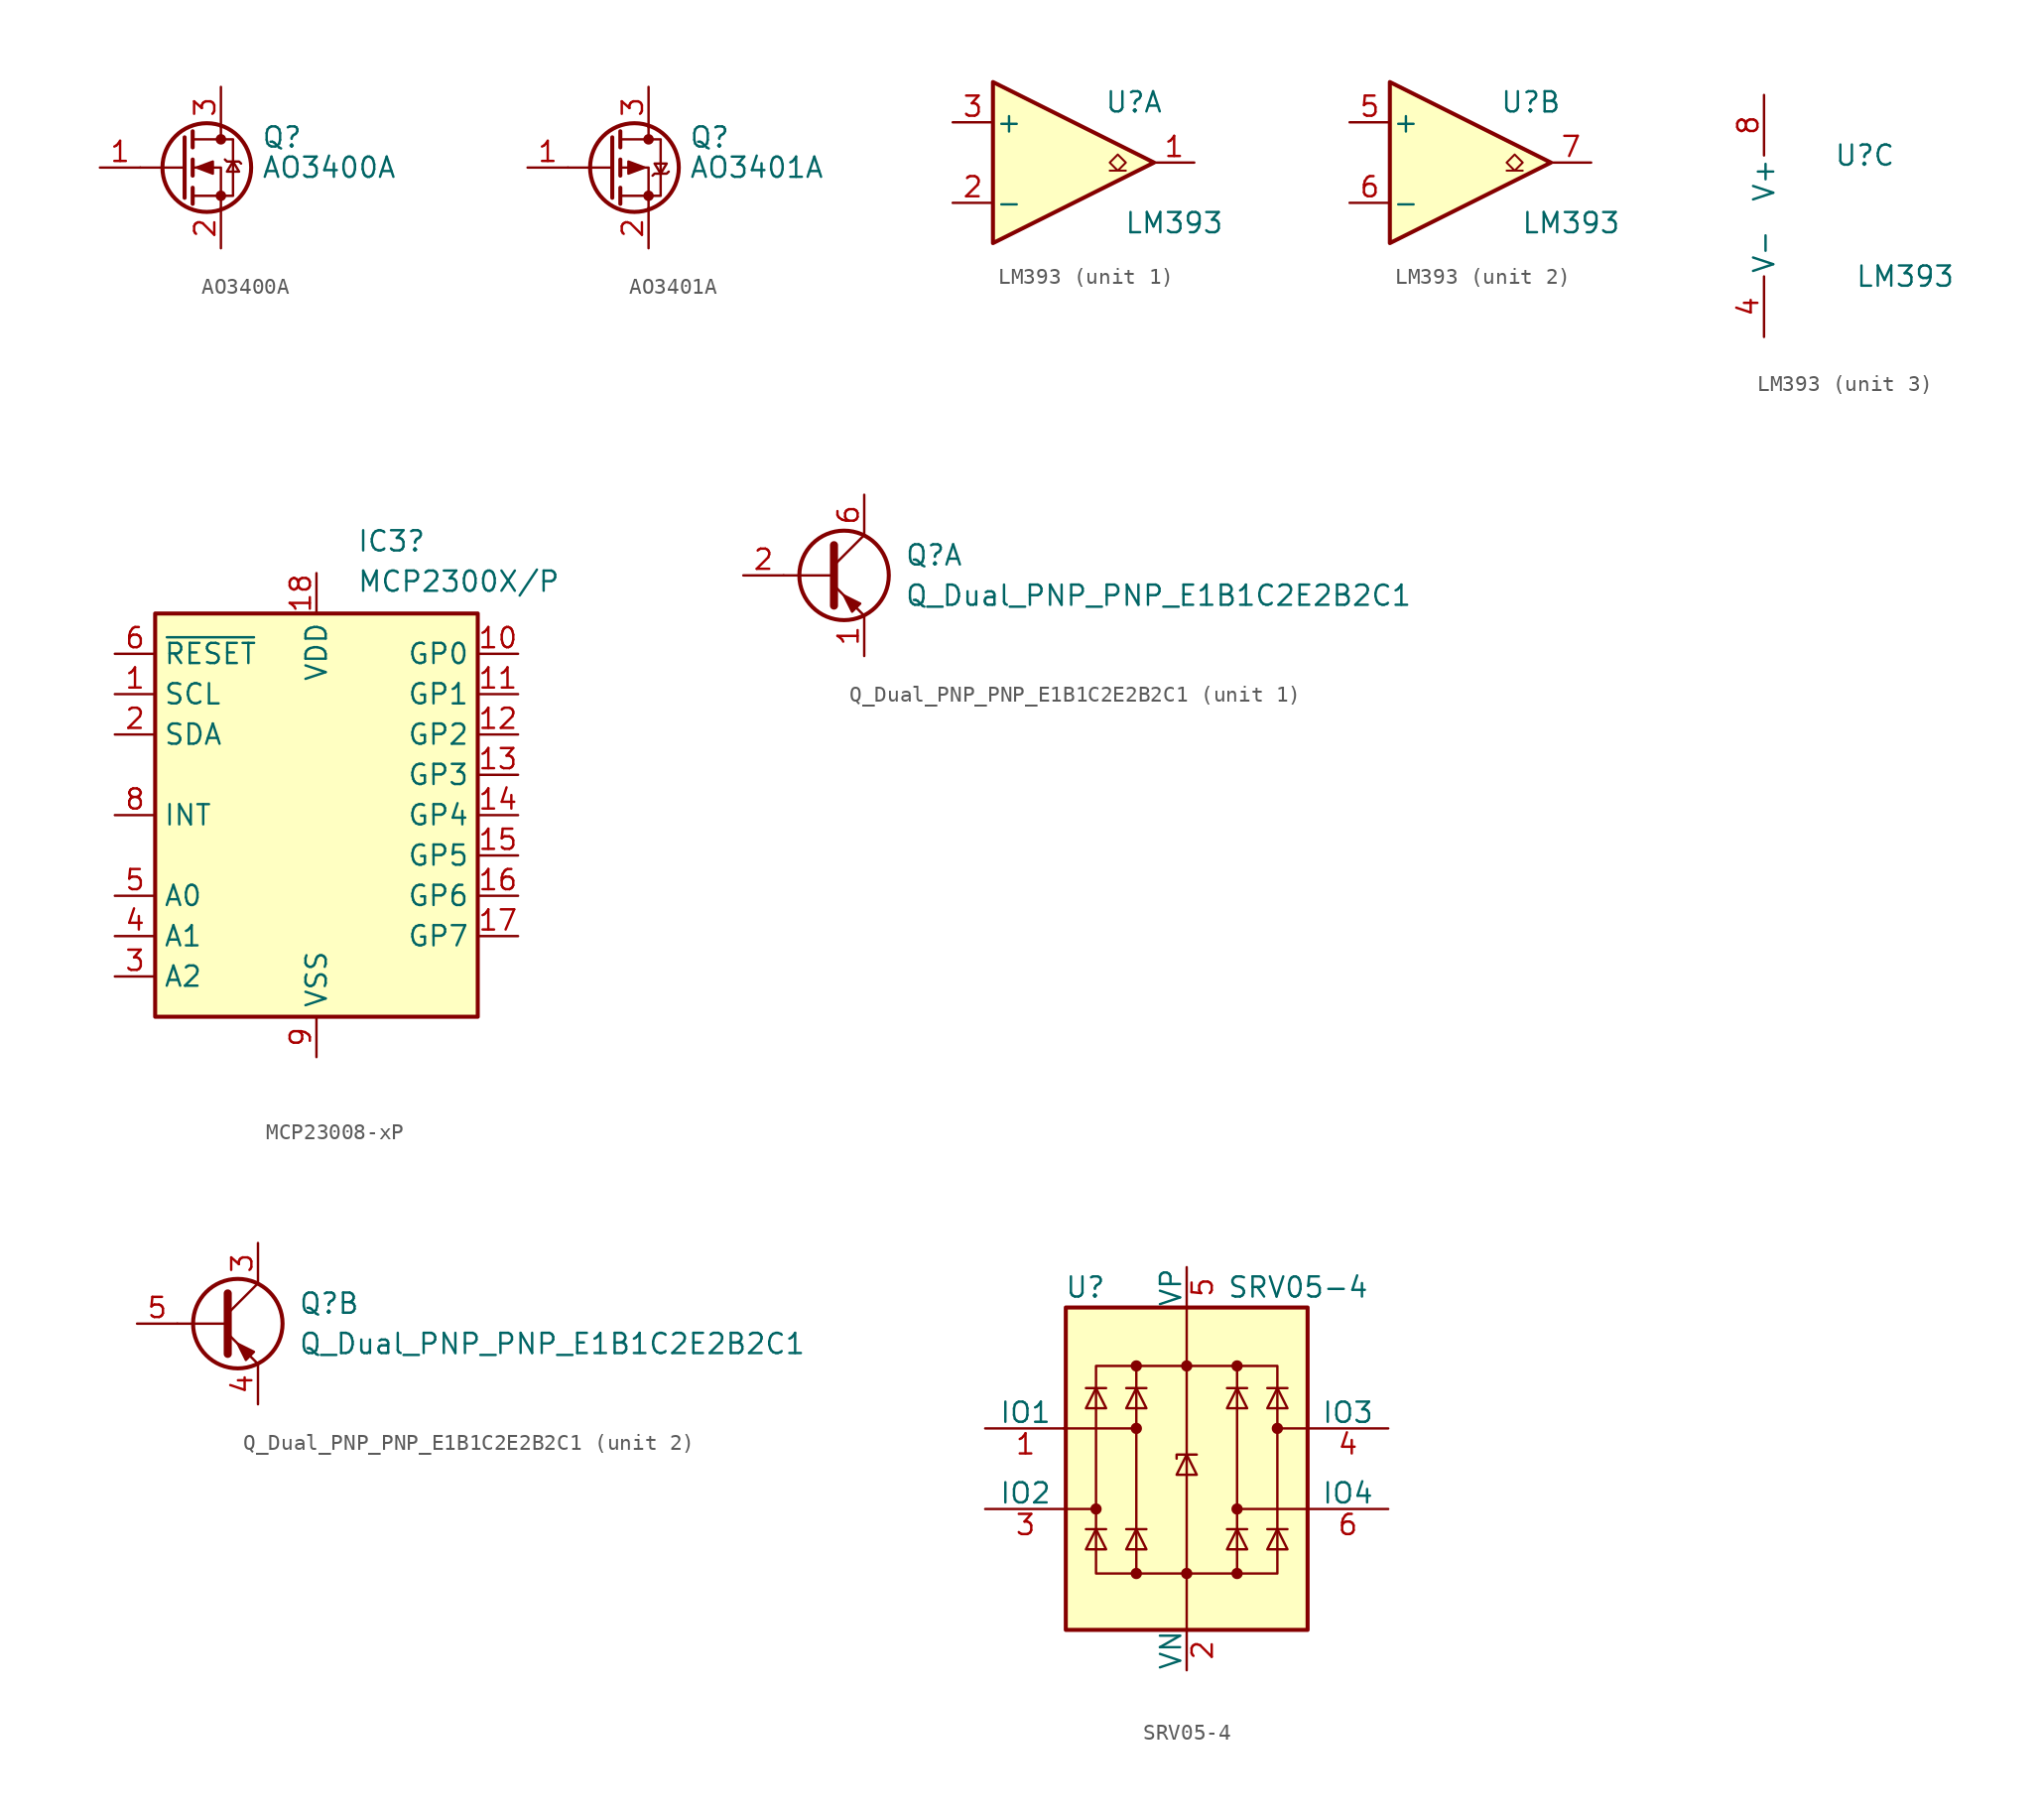
<source format=kicad_sym>
(kicad_symbol_lib
  (version 20241209)
  (generator "kicad_symbol_editor")
  (generator_version "9.0")
  (symbol "AO3400A"
    (pin_names
      (hide yes))
    (property "Reference" "Q"
      (at 5.08 1.905 0)
      (effects (font (size 1.27 1.27)) (justify left)))
    (property "Value" "AO3400A"
      (at 5.08 0 0)
      (effects (font (size 1.27 1.27)) (justify left)))
    (symbol "AO3400A_0_1"
      (polyline (pts (xy 0.254 1.905) (xy 0.254 -1.905)) (stroke (width 0.254) (type default)) (fill (type none)))
      (polyline (pts (xy 0.254 0) (xy -2.54 0)) (stroke (width 0) (type default)) (fill (type none)))
      (polyline (pts (xy 0.762 2.286) (xy 0.762 1.27)) (stroke (width 0.254) (type default)) (fill (type none)))
      (polyline (pts (xy 0.762 0.508) (xy 0.762 -0.508)) (stroke (width 0.254) (type default)) (fill (type none)))
      (polyline (pts (xy 0.762 -1.27) (xy 0.762 -2.286)) (stroke (width 0.254) (type default)) (fill (type none)))
      (polyline (pts (xy 0.762 -1.778) (xy 3.302 -1.778) (xy 3.302 1.778) (xy 0.762 1.778)) (stroke (width 0) (type default)) (fill (type none)))
      (polyline (pts (xy 1.016 0) (xy 2.032 0.381) (xy 2.032 -0.381) (xy 1.016 0)) (stroke (width 0) (type default)) (fill (type outline)))
      (circle (center 1.651 0) (radius 2.794) (stroke (width 0.254) (type default)) (fill (type none)))
      (polyline (pts (xy 2.54 2.54) (xy 2.54 1.778)) (stroke (width 0) (type default)) (fill (type none)))
      (circle (center 2.54 1.778) (radius 0.254) (stroke (width 0) (type default)) (fill (type outline)))
      (circle (center 2.54 -1.778) (radius 0.254) (stroke (width 0) (type default)) (fill (type outline)))
      (polyline (pts (xy 2.54 -2.54) (xy 2.54 0) (xy 0.762 0)) (stroke (width 0) (type default)) (fill (type none)))
      (polyline (pts (xy 2.794 0.508) (xy 2.921 0.381) (xy 3.683 0.381) (xy 3.81 0.254)) (stroke (width 0) (type default)) (fill (type none)))
      (polyline (pts (xy 3.302 0.381) (xy 2.921 -0.254) (xy 3.683 -0.254) (xy 3.302 0.381)) (stroke (width 0) (type default)) (fill (type none))))
    (symbol "AO3400A_1_1"
      (pin input line (at -5.08 0 0) (length 2.54) (name "G" (effects (font (size 1.27 1.27)))) (number "1" (effects (font (size 1.27 1.27)))))
      (pin passive line (at 2.54 5.08 270) (length 2.54) (name "D" (effects (font (size 1.27 1.27)))) (number "3" (effects (font (size 1.27 1.27)))))
      (pin passive line (at 2.54 -5.08 90) (length 2.54) (name "S" (effects (font (size 1.27 1.27)))) (number "2" (effects (font (size 1.27 1.27)))))))
  (symbol "AO3401A"
    (pin_names
      (hide yes))
    (property "Reference" "Q"
      (at 5.08 1.905 0)
      (effects (font (size 1.27 1.27)) (justify left)))
    (property "Value" "AO3401A"
      (at 5.08 0 0)
      (effects (font (size 1.27 1.27)) (justify left)))
    (symbol "AO3401A_0_1"
      (polyline (pts (xy 0.254 1.905) (xy 0.254 -1.905)) (stroke (width 0.254) (type default)) (fill (type none)))
      (polyline (pts (xy 0.254 0) (xy -2.54 0)) (stroke (width 0) (type default)) (fill (type none)))
      (polyline (pts (xy 0.762 2.286) (xy 0.762 1.27)) (stroke (width 0.254) (type default)) (fill (type none)))
      (polyline (pts (xy 0.762 1.778) (xy 3.302 1.778) (xy 3.302 -1.778) (xy 0.762 -1.778)) (stroke (width 0) (type default)) (fill (type none)))
      (polyline (pts (xy 0.762 0.508) (xy 0.762 -0.508)) (stroke (width 0.254) (type default)) (fill (type none)))
      (polyline (pts (xy 0.762 -1.27) (xy 0.762 -2.286)) (stroke (width 0.254) (type default)) (fill (type none)))
      (circle (center 1.651 0) (radius 2.794) (stroke (width 0.254) (type default)) (fill (type none)))
      (polyline (pts (xy 2.286 0) (xy 1.27 0.381) (xy 1.27 -0.381) (xy 2.286 0)) (stroke (width 0) (type default)) (fill (type outline)))
      (polyline (pts (xy 2.54 2.54) (xy 2.54 1.778)) (stroke (width 0) (type default)) (fill (type none)))
      (circle (center 2.54 1.778) (radius 0.254) (stroke (width 0) (type default)) (fill (type outline)))
      (circle (center 2.54 -1.778) (radius 0.254) (stroke (width 0) (type default)) (fill (type outline)))
      (polyline (pts (xy 2.54 -2.54) (xy 2.54 0) (xy 0.762 0)) (stroke (width 0) (type default)) (fill (type none)))
      (polyline (pts (xy 2.794 -0.508) (xy 2.921 -0.381) (xy 3.683 -0.381) (xy 3.81 -0.254)) (stroke (width 0) (type default)) (fill (type none)))
      (polyline (pts (xy 3.302 -0.381) (xy 2.921 0.254) (xy 3.683 0.254) (xy 3.302 -0.381)) (stroke (width 0) (type default)) (fill (type none))))
    (symbol "AO3401A_1_1"
      (pin input line (at -5.08 0 0) (length 2.54) (name "G" (effects (font (size 1.27 1.27)))) (number "1" (effects (font (size 1.27 1.27)))))
      (pin passive line (at 2.54 5.08 270) (length 2.54) (name "D" (effects (font (size 1.27 1.27)))) (number "3" (effects (font (size 1.27 1.27)))))
      (pin passive line (at 2.54 -5.08 90) (length 2.54) (name "S" (effects (font (size 1.27 1.27)))) (number "2" (effects (font (size 1.27 1.27)))))))
  (symbol "LM393"
    (pin_names
      (offset 0.127))
    (property "Reference" "U"
      (at 3.81 3.81 0)
      (effects (font (size 1.27 1.27))))
    (property "Value" "LM393"
      (at 6.35 -3.81 0)
      (effects (font (size 1.27 1.27))))
    (property "ki_locked" ""
      (at 0 0 0)
      (effects (font (size 1.27 1.27))))
    (symbol "LM393_1_1"
      (polyline (pts (xy -5.08 5.08) (xy 5.08 0) (xy -5.08 -5.08) (xy -5.08 5.08)) (stroke (width 0.254) (type default)) (fill (type background)))
      (polyline (pts (xy 3.302 -0.508) (xy 2.794 -0.508) (xy 3.302 0) (xy 2.794 0.508) (xy 2.286 0) (xy 2.794 -0.508) (xy 2.286 -0.508)) (stroke (width 0.127) (type default)) (fill (type none)))
      (pin input line (at -7.62 2.54 0) (length 2.54) (name "+" (effects (font (size 1.27 1.27)))) (number "3" (effects (font (size 1.27 1.27)))))
      (pin input line (at -7.62 -2.54 0) (length 2.54) (name "-" (effects (font (size 1.27 1.27)))) (number "2" (effects (font (size 1.27 1.27)))))
      (pin open_collector line (at 7.62 0 180) (length 2.54) (name "~" (effects (font (size 1.27 1.27)))) (number "1" (effects (font (size 1.27 1.27))))))
    (symbol "LM393_2_1"
      (polyline (pts (xy -5.08 5.08) (xy 5.08 0) (xy -5.08 -5.08) (xy -5.08 5.08)) (stroke (width 0.254) (type default)) (fill (type background)))
      (polyline (pts (xy 3.302 -0.508) (xy 2.794 -0.508) (xy 3.302 0) (xy 2.794 0.508) (xy 2.286 0) (xy 2.794 -0.508) (xy 2.286 -0.508)) (stroke (width 0.127) (type default)) (fill (type none)))
      (pin input line (at -7.62 2.54 0) (length 2.54) (name "+" (effects (font (size 1.27 1.27)))) (number "5" (effects (font (size 1.27 1.27)))))
      (pin input line (at -7.62 -2.54 0) (length 2.54) (name "-" (effects (font (size 1.27 1.27)))) (number "6" (effects (font (size 1.27 1.27)))))
      (pin open_collector line (at 7.62 0 180) (length 2.54) (name "~" (effects (font (size 1.27 1.27)))) (number "7" (effects (font (size 1.27 1.27))))))
    (symbol "LM393_3_1"
      (pin power_in line (at -2.54 7.62 270) (length 3.81) (name "V+" (effects (font (size 1.27 1.27)))) (number "8" (effects (font (size 1.27 1.27)))))
      (pin power_in line (at -2.54 -7.62 90) (length 3.81) (name "V-" (effects (font (size 1.27 1.27)))) (number "4" (effects (font (size 1.27 1.27)))))))
  (symbol "MCP23008-xP"
    (property "Reference" "IC3"
      (at 2.54 16.51 0)
      (effects (font (size 1.27 1.27)) (justify left bottom)))
    (property "Value" "MCP2300X{slash}P"
      (at 2.54 13.97 0)
      (effects (font (size 1.27 1.27)) (justify left bottom)))
    (symbol "MCP23008-xP_0_1"
      (rectangle (start -10.16 12.7) (end 10.16 -12.7) (stroke (width 0.254) (type default)) (fill (type background))))
    (symbol "MCP23008-xP_1_1"
      (pin input line (at -12.7 10.16 0) (length 2.54) (name "~{RESET}" (effects (font (size 1.27 1.27)))) (number "6" (effects (font (size 1.27 1.27)))))
      (pin input line (at -12.7 7.62 0) (length 2.54) (name "SCL" (effects (font (size 1.27 1.27)))) (number "1" (effects (font (size 1.27 1.27)))))
      (pin bidirectional line (at -12.7 5.08 0) (length 2.54) (name "SDA" (effects (font (size 1.27 1.27)))) (number "2" (effects (font (size 1.27 1.27)))))
      (pin output line (at -12.7 0 0) (length 2.54) (name "INT" (effects (font (size 1.27 1.27)))) (number "8" (effects (font (size 1.27 1.27)))) (alternate "INT" open_collector line))
      (pin input line (at -12.7 -5.08 0) (length 2.54) (name "A0" (effects (font (size 1.27 1.27)))) (number "5" (effects (font (size 1.27 1.27)))))
      (pin input line (at -12.7 -7.62 0) (length 2.54) (name "A1" (effects (font (size 1.27 1.27)))) (number "4" (effects (font (size 1.27 1.27)))))
      (pin input line (at -12.7 -10.16 0) (length 2.54) (name "A2" (effects (font (size 1.27 1.27)))) (number "3" (effects (font (size 1.27 1.27)))))
      (pin no_connect line (at -10.16 -2.54 0) (length 2.54) (hide yes) (name "NC" (effects (font (size 1.27 1.27)))) (number "7" (effects (font (size 1.27 1.27)))))
      (pin power_in line (at 0 15.24 270) (length 2.54) (name "VDD" (effects (font (size 1.27 1.27)))) (number "18" (effects (font (size 1.27 1.27)))))
      (pin power_in line (at 0 -15.24 90) (length 2.54) (name "VSS" (effects (font (size 1.27 1.27)))) (number "9" (effects (font (size 1.27 1.27)))))
      (pin bidirectional line (at 12.7 10.16 180) (length 2.54) (name "GP0" (effects (font (size 1.27 1.27)))) (number "10" (effects (font (size 1.27 1.27)))))
      (pin bidirectional line (at 12.7 7.62 180) (length 2.54) (name "GP1" (effects (font (size 1.27 1.27)))) (number "11" (effects (font (size 1.27 1.27)))))
      (pin bidirectional line (at 12.7 5.08 180) (length 2.54) (name "GP2" (effects (font (size 1.27 1.27)))) (number "12" (effects (font (size 1.27 1.27)))))
      (pin bidirectional line (at 12.7 2.54 180) (length 2.54) (name "GP3" (effects (font (size 1.27 1.27)))) (number "13" (effects (font (size 1.27 1.27)))))
      (pin bidirectional line (at 12.7 0 180) (length 2.54) (name "GP4" (effects (font (size 1.27 1.27)))) (number "14" (effects (font (size 1.27 1.27)))))
      (pin bidirectional line (at 12.7 -2.54 180) (length 2.54) (name "GP5" (effects (font (size 1.27 1.27)))) (number "15" (effects (font (size 1.27 1.27)))))
      (pin bidirectional line (at 12.7 -5.08 180) (length 2.54) (name "GP6" (effects (font (size 1.27 1.27)))) (number "16" (effects (font (size 1.27 1.27)))))
      (pin bidirectional line (at 12.7 -7.62 180) (length 2.54) (name "GP7" (effects (font (size 1.27 1.27)))) (number "17" (effects (font (size 1.27 1.27)))))))
  (symbol "Q_Dual_PNP_PNP_E1B1C2E2B2C1"
    (pin_names
      (offset 0)
      (hide yes))
    (property "Reference" "Q"
      (at 5.08 1.27 0)
      (effects (font (size 1.27 1.27)) (justify left)))
    (property "Value" "Q_Dual_PNP_PNP_E1B1C2E2B2C1"
      (at 5.08 -1.27 0)
      (effects (font (size 1.27 1.27)) (justify left)))
    (property "ki_locked" ""
      (at 0 0 0)
      (effects (font (size 1.27 1.27))))
    (symbol "Q_Dual_PNP_PNP_E1B1C2E2B2C1_0_1"
      (polyline (pts (xy 0.635 1.905) (xy 0.635 -1.905) (xy 0.635 -1.905)) (stroke (width 0.508) (type default)) (fill (type none)))
      (polyline (pts (xy 0.635 0.635) (xy 2.54 2.54)) (stroke (width 0) (type default)) (fill (type none)))
      (polyline (pts (xy 0.635 0) (xy -2.54 0)) (stroke (width 0) (type default)) (fill (type none)))
      (polyline (pts (xy 0.635 -0.635) (xy 2.54 -2.54) (xy 2.54 -2.54)) (stroke (width 0) (type default)) (fill (type none)))
      (circle (center 1.27 0) (radius 2.819) (stroke (width 0.254) (type default)) (fill (type none)))
      (polyline (pts (xy 2.286 -1.778) (xy 1.778 -2.286) (xy 1.27 -1.27) (xy 2.286 -1.778) (xy 2.286 -1.778)) (stroke (width 0) (type default)) (fill (type outline))))
    (symbol "Q_Dual_PNP_PNP_E1B1C2E2B2C1_1_1"
      (pin input line (at -5.08 0 0) (length 2.54) (name "B1" (effects (font (size 1.27 1.27)))) (number "2" (effects (font (size 1.27 1.27)))))
      (pin passive line (at 2.54 5.08 270) (length 2.54) (name "C1" (effects (font (size 1.27 1.27)))) (number "6" (effects (font (size 1.27 1.27)))))
      (pin passive line (at 2.54 -5.08 90) (length 2.54) (name "E1" (effects (font (size 1.27 1.27)))) (number "1" (effects (font (size 1.27 1.27))))))
    (symbol "Q_Dual_PNP_PNP_E1B1C2E2B2C1_2_1"
      (pin input line (at -5.08 0 0) (length 2.54) (name "B2" (effects (font (size 1.27 1.27)))) (number "5" (effects (font (size 1.27 1.27)))))
      (pin passive line (at 2.54 5.08 270) (length 2.54) (name "C2" (effects (font (size 1.27 1.27)))) (number "3" (effects (font (size 1.27 1.27)))))
      (pin passive line (at 2.54 -5.08 90) (length 2.54) (name "E2" (effects (font (size 1.27 1.27)))) (number "4" (effects (font (size 1.27 1.27)))))))
  (symbol "SRV05-4"
    (pin_names
      (offset 0))
    (property "Reference" "U"
      (at -5.08 11.43 0)
      (effects (font (size 1.27 1.27)) (justify right)))
    (property "Value" "SRV05-4"
      (at 2.54 11.43 0)
      (effects (font (size 1.27 1.27)) (justify left)))
    (symbol "SRV05-4_0_0"
      (rectangle (start -5.715 6.477) (end 5.715 -6.604) (stroke (width 0) (type default)) (fill (type none)))
      (polyline (pts (xy -3.175 -6.604) (xy -3.175 6.477)) (stroke (width 0) (type default)) (fill (type none)))
      (polyline (pts (xy 3.175 6.477) (xy 3.175 -6.604)) (stroke (width 0) (type default)) (fill (type none))))
    (symbol "SRV05-4_0_1"
      (polyline (pts (xy -7.747 2.54) (xy -3.175 2.54)) (stroke (width 0) (type default)) (fill (type none)))
      (rectangle (start -7.62 10.16) (end 7.62 -10.16) (stroke (width 0.254) (type default)) (fill (type background)))
      (polyline (pts (xy -7.62 -2.54) (xy -5.715 -2.54)) (stroke (width 0) (type default)) (fill (type none)))
      (circle (center -5.715 -2.54) (radius 0.279) (stroke (width 0) (type default)) (fill (type outline)))
      (polyline (pts (xy -5.08 5.08) (xy -6.35 5.08)) (stroke (width 0) (type default)) (fill (type none)))
      (polyline (pts (xy -5.08 3.81) (xy -6.35 3.81) (xy -5.715 5.08) (xy -5.08 3.81)) (stroke (width 0) (type default)) (fill (type none)))
      (polyline (pts (xy -5.08 -3.81) (xy -6.35 -3.81)) (stroke (width 0) (type default)) (fill (type none)))
      (polyline (pts (xy -5.08 -5.08) (xy -6.35 -5.08) (xy -5.715 -3.81) (xy -5.08 -5.08)) (stroke (width 0) (type default)) (fill (type none)))
      (circle (center -3.175 6.477) (radius 0.279) (stroke (width 0) (type default)) (fill (type outline)))
      (circle (center -3.175 2.54) (radius 0.279) (stroke (width 0) (type default)) (fill (type outline)))
      (circle (center -3.175 -6.604) (radius 0.279) (stroke (width 0) (type default)) (fill (type outline)))
      (polyline (pts (xy -2.54 5.08) (xy -3.81 5.08)) (stroke (width 0) (type default)) (fill (type none)))
      (polyline (pts (xy -2.54 3.81) (xy -3.81 3.81) (xy -3.175 5.08) (xy -2.54 3.81)) (stroke (width 0) (type default)) (fill (type none)))
      (polyline (pts (xy -2.54 -3.81) (xy -3.81 -3.81)) (stroke (width 0) (type default)) (fill (type none)))
      (polyline (pts (xy -2.54 -5.08) (xy -3.81 -5.08) (xy -3.175 -3.81) (xy -2.54 -5.08)) (stroke (width 0) (type default)) (fill (type none)))
      (polyline (pts (xy 0 10.16) (xy 0 -10.16)) (stroke (width 0) (type default)) (fill (type none)))
      (circle (center 0 6.477) (radius 0.279) (stroke (width 0) (type default)) (fill (type outline)))
      (circle (center 0 -6.604) (radius 0.279) (stroke (width 0) (type default)) (fill (type outline)))
      (polyline (pts (xy 0.635 0.889) (xy -0.635 0.889) (xy -0.635 0.635)) (stroke (width 0) (type default)) (fill (type none)))
      (polyline (pts (xy 0.635 -0.381) (xy -0.635 -0.381) (xy 0 0.889) (xy 0.635 -0.381)) (stroke (width 0) (type default)) (fill (type none)))
      (circle (center 3.175 6.477) (radius 0.279) (stroke (width 0) (type default)) (fill (type outline)))
      (circle (center 3.175 -2.54) (radius 0.279) (stroke (width 0) (type default)) (fill (type outline)))
      (circle (center 3.175 -6.604) (radius 0.279) (stroke (width 0) (type default)) (fill (type outline)))
      (polyline (pts (xy 3.81 5.08) (xy 2.54 5.08)) (stroke (width 0) (type default)) (fill (type none)))
      (polyline (pts (xy 3.81 3.81) (xy 2.54 3.81) (xy 3.175 5.08) (xy 3.81 3.81)) (stroke (width 0) (type default)) (fill (type none)))
      (polyline (pts (xy 3.81 -3.81) (xy 2.54 -3.81)) (stroke (width 0) (type default)) (fill (type none)))
      (polyline (pts (xy 3.81 -5.08) (xy 2.54 -5.08) (xy 3.175 -3.81) (xy 3.81 -5.08)) (stroke (width 0) (type default)) (fill (type none)))
      (circle (center 5.715 2.54) (radius 0.279) (stroke (width 0) (type default)) (fill (type outline)))
      (polyline (pts (xy 6.35 5.08) (xy 5.08 5.08)) (stroke (width 0) (type default)) (fill (type none)))
      (polyline (pts (xy 6.35 3.81) (xy 5.08 3.81) (xy 5.715 5.08) (xy 6.35 3.81)) (stroke (width 0) (type default)) (fill (type none)))
      (polyline (pts (xy 6.35 -3.81) (xy 5.08 -3.81)) (stroke (width 0) (type default)) (fill (type none)))
      (polyline (pts (xy 6.35 -5.08) (xy 5.08 -5.08) (xy 5.715 -3.81) (xy 6.35 -5.08)) (stroke (width 0) (type default)) (fill (type none)))
      (polyline (pts (xy 7.62 2.54) (xy 5.715 2.54)) (stroke (width 0) (type default)) (fill (type none)))
      (polyline (pts (xy 7.62 -2.54) (xy 3.175 -2.54)) (stroke (width 0) (type default)) (fill (type none))))
    (symbol "SRV05-4_1_1"
      (pin passive line (at -12.7 2.54 0) (length 5.08) (name "IO1" (effects (font (size 1.27 1.27)))) (number "1" (effects (font (size 1.27 1.27)))))
      (pin passive line (at -12.7 -2.54 0) (length 5.08) (name "IO2" (effects (font (size 1.27 1.27)))) (number "3" (effects (font (size 1.27 1.27)))))
      (pin passive line (at 0 12.7 270) (length 2.54) (name "VP" (effects (font (size 1.27 1.27)))) (number "5" (effects (font (size 1.27 1.27)))))
      (pin passive line (at 0 -12.7 90) (length 2.54) (name "VN" (effects (font (size 1.27 1.27)))) (number "2" (effects (font (size 1.27 1.27)))))
      (pin passive line (at 12.7 2.54 180) (length 5.08) (name "IO3" (effects (font (size 1.27 1.27)))) (number "4" (effects (font (size 1.27 1.27)))))
      (pin passive line (at 12.7 -2.54 180) (length 5.08) (name "IO4" (effects (font (size 1.27 1.27)))) (number "6" (effects (font (size 1.27 1.27))))))))
</source>
